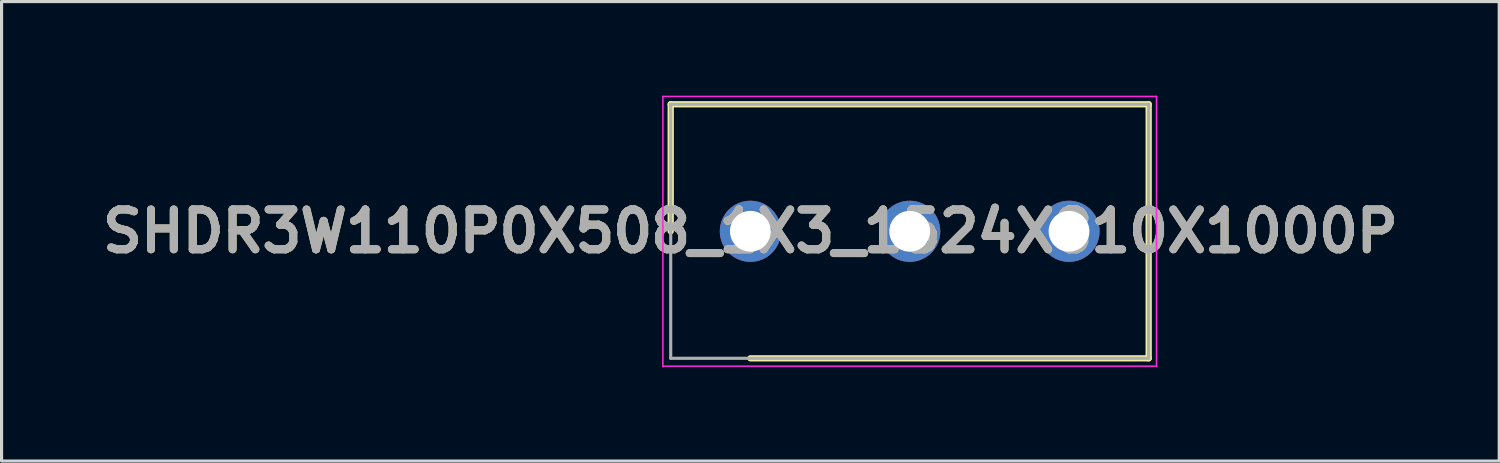
<source format=kicad_pcb>
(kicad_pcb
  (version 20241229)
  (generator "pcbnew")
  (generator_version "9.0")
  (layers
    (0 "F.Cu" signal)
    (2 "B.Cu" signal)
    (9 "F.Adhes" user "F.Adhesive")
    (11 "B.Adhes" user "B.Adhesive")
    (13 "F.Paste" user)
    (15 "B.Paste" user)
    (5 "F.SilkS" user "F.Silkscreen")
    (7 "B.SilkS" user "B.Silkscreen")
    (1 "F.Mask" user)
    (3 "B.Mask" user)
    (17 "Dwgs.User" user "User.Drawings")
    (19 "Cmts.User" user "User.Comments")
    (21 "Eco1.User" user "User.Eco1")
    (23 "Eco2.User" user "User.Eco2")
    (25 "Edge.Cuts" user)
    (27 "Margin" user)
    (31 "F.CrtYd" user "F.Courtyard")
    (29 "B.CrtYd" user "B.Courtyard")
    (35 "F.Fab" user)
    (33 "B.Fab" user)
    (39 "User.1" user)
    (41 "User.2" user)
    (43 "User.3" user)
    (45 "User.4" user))
  (footprint "SHDR3W110P0X508_1X3_1524X810X1000P"
    (layer "F.Cu")
    (at 20.876 4.325)
    (property "Reference" "SHDR3W110P0X508_1X3_1524X810X1000P" (at 0 0 0) (layer "F.SilkS") (effects (font (size 1.27 1.27) (thickness 0.254))))
    (attr through_hole)
    (fp_line (start -2.54 -4.05) (end -2.54 0) (stroke (width 0.2) (type solid)) (layer "F.SilkS"))
    (fp_line (start 0 4.05) (end 12.7 4.05) (stroke (width 0.2) (type solid)) (layer "F.SilkS"))
    (fp_line (start 12.7 -4.05) (end -2.54 -4.05) (stroke (width 0.2) (type solid)) (layer "F.SilkS"))
    (fp_line (start 12.7 4.05) (end 12.7 -4.05) (stroke (width 0.2) (type solid)) (layer "F.SilkS"))
    (fp_line (start -2.79 -4.3) (end 12.95 -4.3) (stroke (width 0.05) (type solid)) (layer "F.CrtYd"))
    (fp_line (start -2.79 4.3) (end -2.79 -4.3) (stroke (width 0.05) (type solid)) (layer "F.CrtYd"))
    (fp_line (start 12.95 -4.3) (end 12.95 4.3) (stroke (width 0.05) (type solid)) (layer "F.CrtYd"))
    (fp_line (start 12.95 4.3) (end -2.79 4.3) (stroke (width 0.05) (type solid)) (layer "F.CrtYd"))
    (fp_line (start -2.54 -4.05) (end 12.7 -4.05) (stroke (width 0.1) (type solid)) (layer "F.Fab"))
    (fp_line (start -2.54 4.05) (end -2.54 -4.05) (stroke (width 0.1) (type solid)) (layer "F.Fab"))
    (fp_line (start 12.7 -4.05) (end 12.7 4.05) (stroke (width 0.1) (type solid)) (layer "F.Fab"))
    (fp_line (start 12.7 4.05) (end -2.54 4.05) (stroke (width 0.1) (type solid)) (layer "F.Fab"))
    (fp_text user "${REFERENCE}" (at 0 0 0) (layer "F.Fab") (effects (font (size 1.27 1.27) (thickness 0.254))))
    (pad "1" thru_hole circle (at 0 0) (size 1.95 1.95) (drill 1.3) (layers "*.Cu" "*.Mask"))
    (pad "2" thru_hole circle (at 5.08 0) (size 1.95 1.95) (drill 1.3) (layers "*.Cu" "*.Mask"))
    (pad "3" thru_hole circle (at 10.16 0) (size 1.95 1.95) (drill 1.3) (layers "*.Cu" "*.Mask")))
  (gr_rect
    (start -3 -3)
    (end 44.753 11.65)
    (stroke (width 0.1) (type default))
    (fill no)
    (layer "Edge.Cuts")))
</source>
